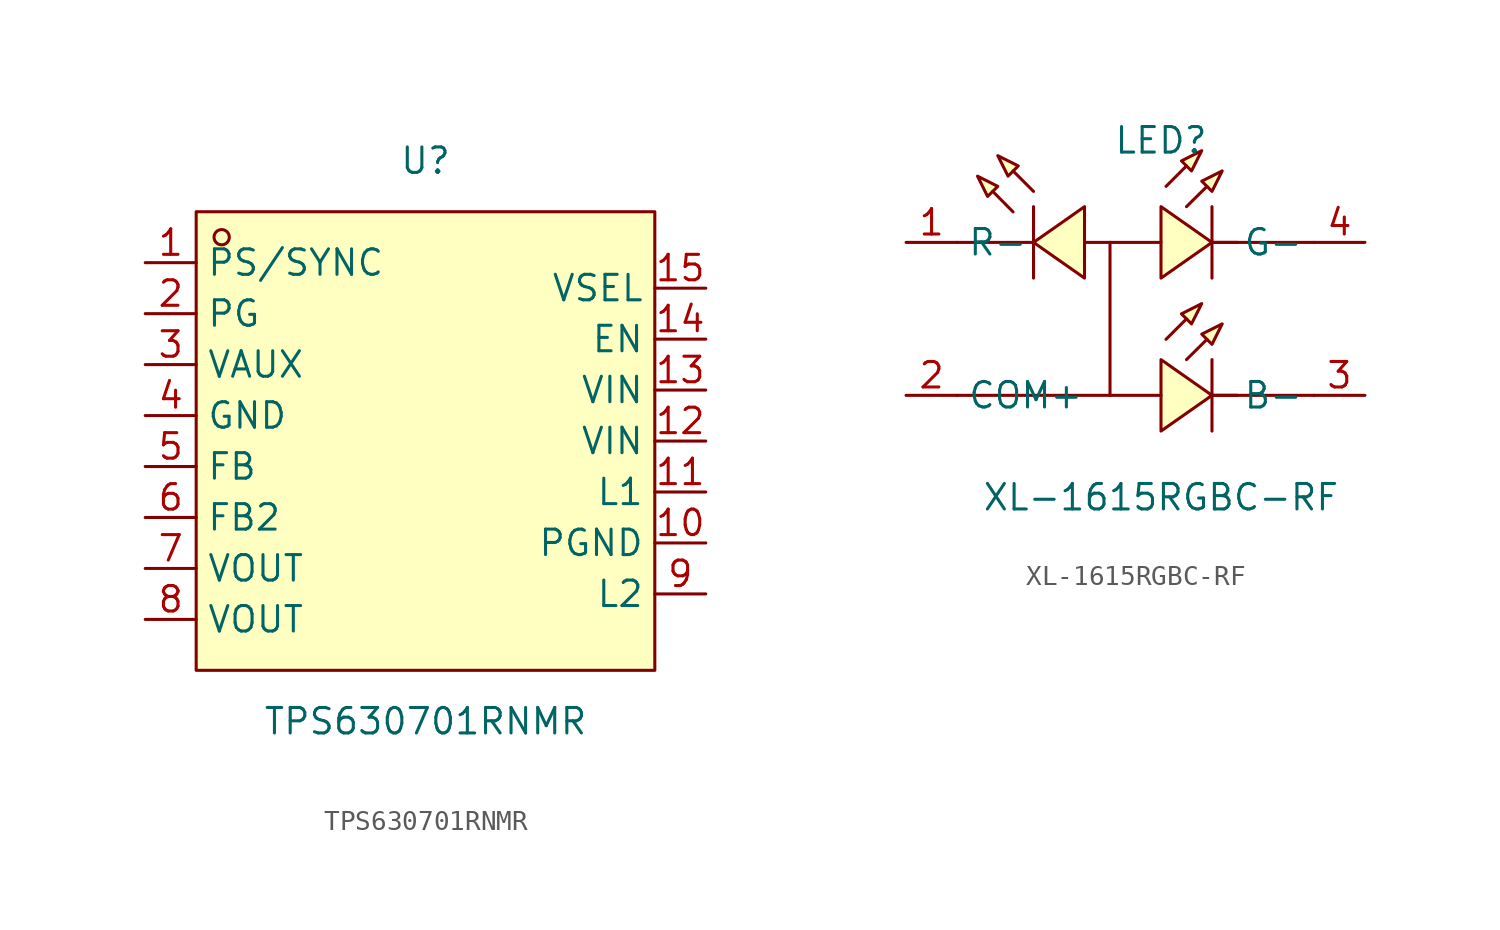
<source format=kicad_sym>
(kicad_symbol_lib
  (version 20211014)
  (generator https://github.com/uPesy/easyeda2kicad.py)
  (symbol "TPS630701RNMR"
    (property "Reference" "U"
      (at 0 13.97 0)
      (effects (font (size 1.27 1.27))))
    (property "Value" "TPS630701RNMR"
      (at 0 -13.97 0)
      (effects (font (size 1.27 1.27))))
    (symbol "TPS630701RNMR_0_1"
      (rectangle (start -11.43 11.43) (end 11.43 -11.43) (stroke (width 0) (type default) (color 0 0 0 0)) (fill (type background)))
      (circle (center -10.16 10.16) (radius 0.38) (stroke (width 0) (type default) (color 0 0 0 0)) (fill (type none)))
      (pin unspecified line (at -13.97 8.89 0) (length 2.54) (name "PS/SYNC" (effects (font (size 1.27 1.27)))) (number "1" (effects (font (size 1.27 1.27)))))
      (pin unspecified line (at -13.97 6.35 0) (length 2.54) (name "PG" (effects (font (size 1.27 1.27)))) (number "2" (effects (font (size 1.27 1.27)))))
      (pin unspecified line (at -13.97 3.81 0) (length 2.54) (name "VAUX" (effects (font (size 1.27 1.27)))) (number "3" (effects (font (size 1.27 1.27)))))
      (pin unspecified line (at -13.97 1.27 0) (length 2.54) (name "GND" (effects (font (size 1.27 1.27)))) (number "4" (effects (font (size 1.27 1.27)))))
      (pin unspecified line (at -13.97 -1.27 0) (length 2.54) (name "FB" (effects (font (size 1.27 1.27)))) (number "5" (effects (font (size 1.27 1.27)))))
      (pin unspecified line (at -13.97 -3.81 0) (length 2.54) (name "FB2" (effects (font (size 1.27 1.27)))) (number "6" (effects (font (size 1.27 1.27)))))
      (pin unspecified line (at -13.97 -6.35 0) (length 2.54) (name "VOUT" (effects (font (size 1.27 1.27)))) (number "7" (effects (font (size 1.27 1.27)))))
      (pin unspecified line (at -13.97 -8.89 0) (length 2.54) (name "VOUT" (effects (font (size 1.27 1.27)))) (number "8" (effects (font (size 1.27 1.27)))))
      (pin unspecified line (at 13.97 -7.62 180) (length 2.54) (name "L2" (effects (font (size 1.27 1.27)))) (number "9" (effects (font (size 1.27 1.27)))))
      (pin unspecified line (at 13.97 -5.08 180) (length 2.54) (name "PGND" (effects (font (size 1.27 1.27)))) (number "10" (effects (font (size 1.27 1.27)))))
      (pin unspecified line (at 13.97 -2.54 180) (length 2.54) (name "L1" (effects (font (size 1.27 1.27)))) (number "11" (effects (font (size 1.27 1.27)))))
      (pin unspecified line (at 13.97 -0.00 180) (length 2.54) (name "VIN" (effects (font (size 1.27 1.27)))) (number "12" (effects (font (size 1.27 1.27)))))
      (pin unspecified line (at 13.97 2.54 180) (length 2.54) (name "VIN" (effects (font (size 1.27 1.27)))) (number "13" (effects (font (size 1.27 1.27)))))
      (pin unspecified line (at 13.97 5.08 180) (length 2.54) (name "EN" (effects (font (size 1.27 1.27)))) (number "14" (effects (font (size 1.27 1.27)))))
      (pin unspecified line (at 13.97 7.62 180) (length 2.54) (name "VSEL" (effects (font (size 1.27 1.27)))) (number "15" (effects (font (size 1.27 1.27)))))))
  (symbol "XL-1615RGBC-RF"
    (property "Reference" "LED"
      (at 0 7.62 0)
      (effects (font (size 1.27 1.27))))
    (property "Value" "XL-1615RGBC-RF"
      (at 0 -10.16 0)
      (effects (font (size 1.27 1.27))))
    (symbol "XL-1615RGBC-RF_0_1"
      (polyline (pts (xy -9.14 5.84) (xy -8.13 5.33) (xy -8.64 4.83) (xy -9.14 5.84)) (stroke (width 0) (type default) (color 0 0 0 0)) (fill (type background)))
      (polyline (pts (xy -8.13 6.86) (xy -7.11 6.35) (xy -7.62 5.84) (xy -8.13 6.86)) (stroke (width 0) (type default) (color 0 0 0 0)) (fill (type background)))
      (polyline (pts (xy -3.81 4.32) (xy -6.35 2.54) (xy -3.81 0.76) (xy -3.81 4.32)) (stroke (width 0) (type default) (color 0 0 0 0)) (fill (type background)))
      (polyline (pts (xy 0.00 0.76) (xy 2.54 2.54) (xy 0.00 4.32) (xy 0.00 0.76)) (stroke (width 0) (type default) (color 0 0 0 0)) (fill (type background)))
      (polyline (pts (xy 2.03 7.11) (xy 1.52 6.10) (xy 1.02 6.60) (xy 2.03 7.11)) (stroke (width 0) (type default) (color 0 0 0 0)) (fill (type background)))
      (polyline (pts (xy 3.05 6.10) (xy 2.54 5.08) (xy 2.03 5.59) (xy 3.05 6.10)) (stroke (width 0) (type default) (color 0 0 0 0)) (fill (type background)))
      (polyline (pts (xy 3.05 -1.52) (xy 2.54 -2.54) (xy 2.03 -2.03) (xy 3.05 -1.52)) (stroke (width 0) (type default) (color 0 0 0 0)) (fill (type background)))
      (polyline (pts (xy 2.03 -0.51) (xy 1.52 -1.52) (xy 1.02 -1.02) (xy 2.03 -0.51)) (stroke (width 0) (type default) (color 0 0 0 0)) (fill (type background)))
      (polyline (pts (xy 0.00 -6.86) (xy 2.54 -5.08) (xy 0.00 -3.30) (xy 0.00 -6.86)) (stroke (width 0) (type default) (color 0 0 0 0)) (fill (type background)))
      (polyline (pts (xy -7.37 4.06) (xy -8.38 5.08) (xy -7.37 4.06)) (stroke (width 0) (type default) (color 0 0 0 0)) (fill (type background)))
      (polyline (pts (xy -6.35 5.08) (xy -7.37 6.10) (xy -6.35 5.08)) (stroke (width 0) (type default) (color 0 0 0 0)) (fill (type background)))
      (polyline (pts (xy -6.35 2.54) (xy -7.62 2.54)) (stroke (width 0) (type default) (color 0 0 0 0)) (fill (type none)))
      (polyline (pts (xy -2.54 2.54) (xy -3.81 2.54)) (stroke (width 0) (type default) (color 0 0 0 0)) (fill (type none)))
      (polyline (pts (xy -6.35 4.32) (xy -6.35 0.76)) (stroke (width 0) (type default) (color 0 0 0 0)) (fill (type none)))
      (polyline (pts (xy -2.54 2.54) (xy 0.00 2.54)) (stroke (width 0) (type default) (color 0 0 0 0)) (fill (type none)))
      (polyline (pts (xy 2.54 2.54) (xy 3.81 2.54)) (stroke (width 0) (type default) (color 0 0 0 0)) (fill (type none)))
      (polyline (pts (xy 2.54 0.76) (xy 2.54 4.32)) (stroke (width 0) (type default) (color 0 0 0 0)) (fill (type none)))
      (polyline (pts (xy 0.25 5.33) (xy 1.27 6.35) (xy 0.25 5.33)) (stroke (width 0) (type default) (color 0 0 0 0)) (fill (type background)))
      (polyline (pts (xy 1.27 4.32) (xy 2.29 5.33) (xy 1.27 4.32)) (stroke (width 0) (type default) (color 0 0 0 0)) (fill (type background)))
      (polyline (pts (xy 1.27 -3.30) (xy 2.29 -2.29) (xy 1.27 -3.30)) (stroke (width 0) (type default) (color 0 0 0 0)) (fill (type background)))
      (polyline (pts (xy 0.25 -2.29) (xy 1.27 -1.27) (xy 0.25 -2.29)) (stroke (width 0) (type default) (color 0 0 0 0)) (fill (type background)))
      (polyline (pts (xy 2.54 -6.86) (xy 2.54 -3.30)) (stroke (width 0) (type default) (color 0 0 0 0)) (fill (type none)))
      (polyline (pts (xy 2.54 -5.08) (xy 3.81 -5.08)) (stroke (width 0) (type default) (color 0 0 0 0)) (fill (type none)))
      (polyline (pts (xy -2.54 2.54) (xy -2.54 -5.08) (xy 0.00 -5.08)) (stroke (width 0) (type default) (color 0 0 0 0)) (fill (type none)))
      (polyline (pts (xy -2.54 -5.08) (xy -10.16 -5.08)) (stroke (width 0) (type default) (color 0 0 0 0)) (fill (type none)))
      (polyline (pts (xy -7.62 2.54) (xy -10.16 2.54)) (stroke (width 0) (type default) (color 0 0 0 0)) (fill (type none)))
      (polyline (pts (xy 2.54 2.54) (xy 7.62 2.54)) (stroke (width 0) (type default) (color 0 0 0 0)) (fill (type none)))
      (polyline (pts (xy 2.54 -5.08) (xy 7.62 -5.08)) (stroke (width 0) (type default) (color 0 0 0 0)) (fill (type none)))
      (pin unspecified line (at -12.70 2.54 0) (length 2.54) (name "R-" (effects (font (size 1.27 1.27)))) (number "1" (effects (font (size 1.27 1.27)))))
      (pin unspecified line (at 10.16 2.54 180) (length 2.54) (name "G-" (effects (font (size 1.27 1.27)))) (number "4" (effects (font (size 1.27 1.27)))))
      (pin unspecified line (at -12.70 -5.08 0) (length 2.54) (name "COM+" (effects (font (size 1.27 1.27)))) (number "2" (effects (font (size 1.27 1.27)))))
      (pin unspecified line (at 10.16 -5.08 180) (length 2.54) (name "B-" (effects (font (size 1.27 1.27)))) (number "3" (effects (font (size 1.27 1.27))))))))
</source>
